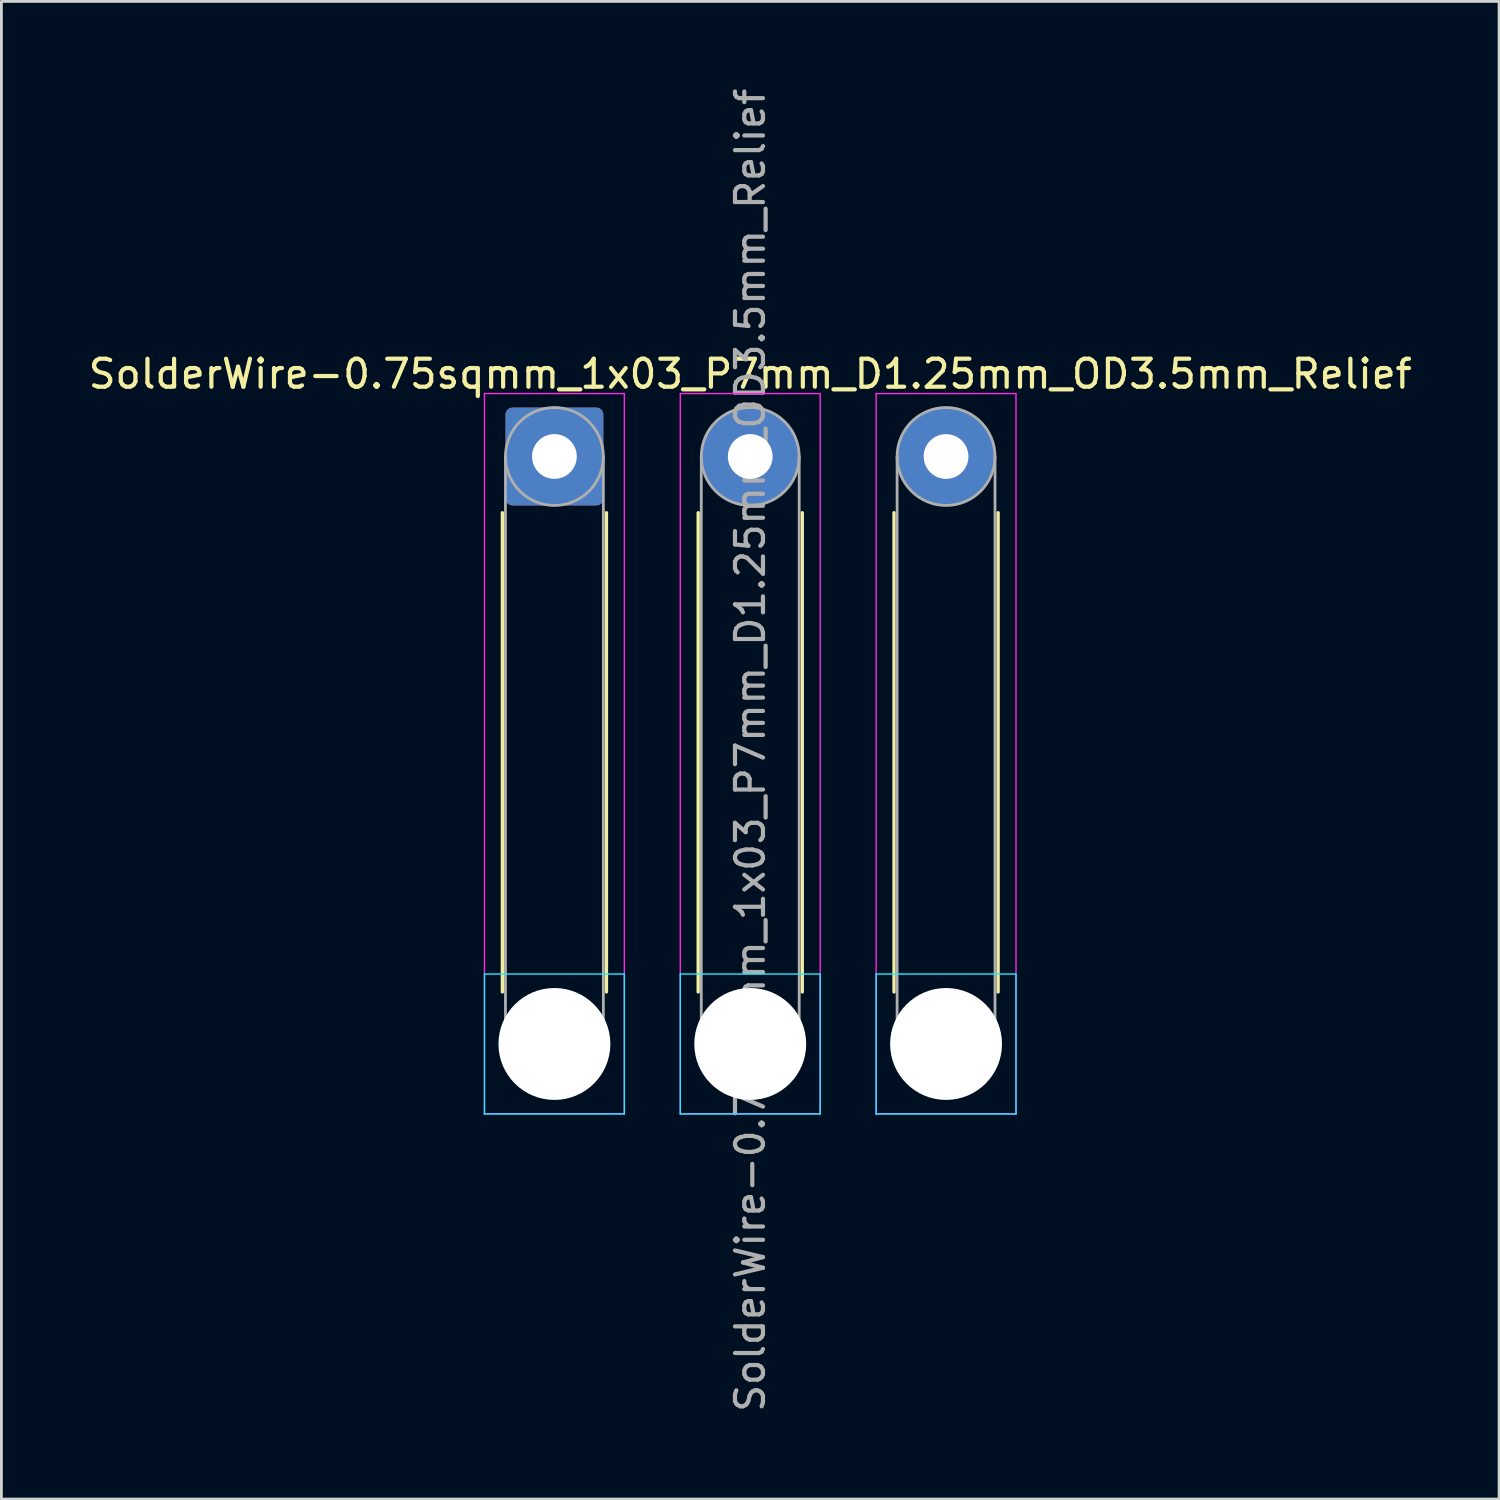
<source format=kicad_pcb>
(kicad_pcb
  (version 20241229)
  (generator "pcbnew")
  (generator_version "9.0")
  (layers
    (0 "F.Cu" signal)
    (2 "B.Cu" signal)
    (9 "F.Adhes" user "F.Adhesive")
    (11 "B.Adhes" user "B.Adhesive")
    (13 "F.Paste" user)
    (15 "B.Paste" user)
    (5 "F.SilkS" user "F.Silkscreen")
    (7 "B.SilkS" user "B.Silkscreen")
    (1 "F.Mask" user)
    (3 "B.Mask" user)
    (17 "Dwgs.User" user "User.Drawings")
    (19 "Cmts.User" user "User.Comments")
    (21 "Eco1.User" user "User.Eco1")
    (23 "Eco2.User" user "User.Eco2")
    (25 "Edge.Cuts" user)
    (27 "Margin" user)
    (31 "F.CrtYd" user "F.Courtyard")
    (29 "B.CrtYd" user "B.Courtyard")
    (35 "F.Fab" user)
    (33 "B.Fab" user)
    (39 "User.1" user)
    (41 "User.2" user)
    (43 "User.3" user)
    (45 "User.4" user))
  (footprint "SolderWire-0.75sqmm_1x03_P7mm_D1.25mm_OD3.5mm_Relief"
    (layer "F.Cu")
    (at 16.768 13.268)
    (property "Reference" "SolderWire-0.75sqmm_1x03_P7mm_D1.25mm_OD3.5mm_Relief" (at 7 -2.95 0) (layer "F.SilkS") (effects (font (size 1 1) (thickness 0.15))))
    (attr exclude_from_pos_files exclude_from_bom)
    (fp_line (start -1.86 2.01) (end -1.86 19.14) (stroke (width 0.12) (type solid)) (layer "F.SilkS"))
    (fp_line (start 1.86 2.01) (end 1.86 19.14) (stroke (width 0.12) (type solid)) (layer "F.SilkS"))
    (fp_line (start 5.14 2.01) (end 5.14 19.14) (stroke (width 0.12) (type solid)) (layer "F.SilkS"))
    (fp_line (start 8.86 2.01) (end 8.86 19.14) (stroke (width 0.12) (type solid)) (layer "F.SilkS"))
    (fp_line (start 12.14 2.01) (end 12.14 19.14) (stroke (width 0.12) (type solid)) (layer "F.SilkS"))
    (fp_line (start 15.86 2.01) (end 15.86 19.14) (stroke (width 0.12) (type solid)) (layer "F.SilkS"))
    (fp_line (start -2.5 18.5) (end -2.5 23.5) (stroke (width 0.05) (type solid)) (layer "B.CrtYd"))
    (fp_line (start -2.5 23.5) (end 2.5 23.5) (stroke (width 0.05) (type solid)) (layer "B.CrtYd"))
    (fp_line (start 2.5 18.5) (end -2.5 18.5) (stroke (width 0.05) (type solid)) (layer "B.CrtYd"))
    (fp_line (start 2.5 23.5) (end 2.5 18.5) (stroke (width 0.05) (type solid)) (layer "B.CrtYd"))
    (fp_line (start 4.5 18.5) (end 4.5 23.5) (stroke (width 0.05) (type solid)) (layer "B.CrtYd"))
    (fp_line (start 4.5 23.5) (end 9.5 23.5) (stroke (width 0.05) (type solid)) (layer "B.CrtYd"))
    (fp_line (start 9.5 18.5) (end 4.5 18.5) (stroke (width 0.05) (type solid)) (layer "B.CrtYd"))
    (fp_line (start 9.5 23.5) (end 9.5 18.5) (stroke (width 0.05) (type solid)) (layer "B.CrtYd"))
    (fp_line (start 11.5 18.5) (end 11.5 23.5) (stroke (width 0.05) (type solid)) (layer "B.CrtYd"))
    (fp_line (start 11.5 23.5) (end 16.5 23.5) (stroke (width 0.05) (type solid)) (layer "B.CrtYd"))
    (fp_line (start 16.5 18.5) (end 11.5 18.5) (stroke (width 0.05) (type solid)) (layer "B.CrtYd"))
    (fp_line (start 16.5 23.5) (end 16.5 18.5) (stroke (width 0.05) (type solid)) (layer "B.CrtYd"))
    (fp_line (start -2.5 -2.25) (end -2.5 23.5) (stroke (width 0.05) (type solid)) (layer "F.CrtYd"))
    (fp_line (start -2.5 23.5) (end 2.5 23.5) (stroke (width 0.05) (type solid)) (layer "F.CrtYd"))
    (fp_line (start 2.5 -2.25) (end -2.5 -2.25) (stroke (width 0.05) (type solid)) (layer "F.CrtYd"))
    (fp_line (start 2.5 23.5) (end 2.5 -2.25) (stroke (width 0.05) (type solid)) (layer "F.CrtYd"))
    (fp_line (start 4.5 -2.25) (end 4.5 23.5) (stroke (width 0.05) (type solid)) (layer "F.CrtYd"))
    (fp_line (start 4.5 23.5) (end 9.5 23.5) (stroke (width 0.05) (type solid)) (layer "F.CrtYd"))
    (fp_line (start 9.5 -2.25) (end 4.5 -2.25) (stroke (width 0.05) (type solid)) (layer "F.CrtYd"))
    (fp_line (start 9.5 23.5) (end 9.5 -2.25) (stroke (width 0.05) (type solid)) (layer "F.CrtYd"))
    (fp_line (start 11.5 -2.25) (end 11.5 23.5) (stroke (width 0.05) (type solid)) (layer "F.CrtYd"))
    (fp_line (start 11.5 23.5) (end 16.5 23.5) (stroke (width 0.05) (type solid)) (layer "F.CrtYd"))
    (fp_line (start 16.5 -2.25) (end 11.5 -2.25) (stroke (width 0.05) (type solid)) (layer "F.CrtYd"))
    (fp_line (start 16.5 23.5) (end 16.5 -2.25) (stroke (width 0.05) (type solid)) (layer "F.CrtYd"))
    (fp_line (start -1.75 0) (end -1.75 21) (stroke (width 0.1) (type solid)) (layer "F.Fab"))
    (fp_line (start 1.75 0) (end 1.75 21) (stroke (width 0.1) (type solid)) (layer "F.Fab"))
    (fp_line (start 5.25 0) (end 5.25 21) (stroke (width 0.1) (type solid)) (layer "F.Fab"))
    (fp_line (start 8.75 0) (end 8.75 21) (stroke (width 0.1) (type solid)) (layer "F.Fab"))
    (fp_line (start 12.25 0) (end 12.25 21) (stroke (width 0.1) (type solid)) (layer "F.Fab"))
    (fp_line (start 15.75 0) (end 15.75 21) (stroke (width 0.1) (type solid)) (layer "F.Fab"))
    (fp_circle (center 0 0) (end 1.75 0) (stroke (width 0.1) (type solid)) (fill no) (layer "F.Fab"))
    (fp_circle (center 0 21) (end 1.75 21) (stroke (width 0.1) (type solid)) (fill no) (layer "F.Fab"))
    (fp_circle (center 7 0) (end 8.75 0) (stroke (width 0.1) (type solid)) (fill no) (layer "F.Fab"))
    (fp_circle (center 7 21) (end 8.75 21) (stroke (width 0.1) (type solid)) (fill no) (layer "F.Fab"))
    (fp_circle (center 14 0) (end 15.75 0) (stroke (width 0.1) (type solid)) (fill no) (layer "F.Fab"))
    (fp_circle (center 14 21) (end 15.75 21) (stroke (width 0.1) (type solid)) (fill no) (layer "F.Fab"))
    (fp_text user "${REFERENCE}" (at 7 10.5 90) (layer "F.Fab") (effects (font (size 1 1) (thickness 0.15))))
    (pad "" np_thru_hole circle (at 0 21) (size 4 4) (drill 4) (layers "*.Cu" "*.Mask"))
    (pad "" np_thru_hole circle (at 7 21) (size 4 4) (drill 4) (layers "*.Cu" "*.Mask"))
    (pad "" np_thru_hole circle (at 14 21) (size 4 4) (drill 4) (layers "*.Cu" "*.Mask"))
    (pad "1" thru_hole roundrect (at 0 0) (size 3.5 3.5) (drill 1.6) (layers "*.Cu" "*.Mask") (roundrect_rratio 0.071))
    (pad "2" thru_hole circle (at 7 0) (size 3.5 3.5) (drill 1.6) (layers "*.Cu" "*.Mask"))
    (pad "3" thru_hole circle (at 14 0) (size 3.5 3.5) (drill 1.6) (layers "*.Cu" "*.Mask")))
  (gr_rect
    (start -3 -3)
    (end 50.536 50.536)
    (stroke (width 0.1) (type default))
    (fill no)
    (layer "Edge.Cuts")))
</source>
